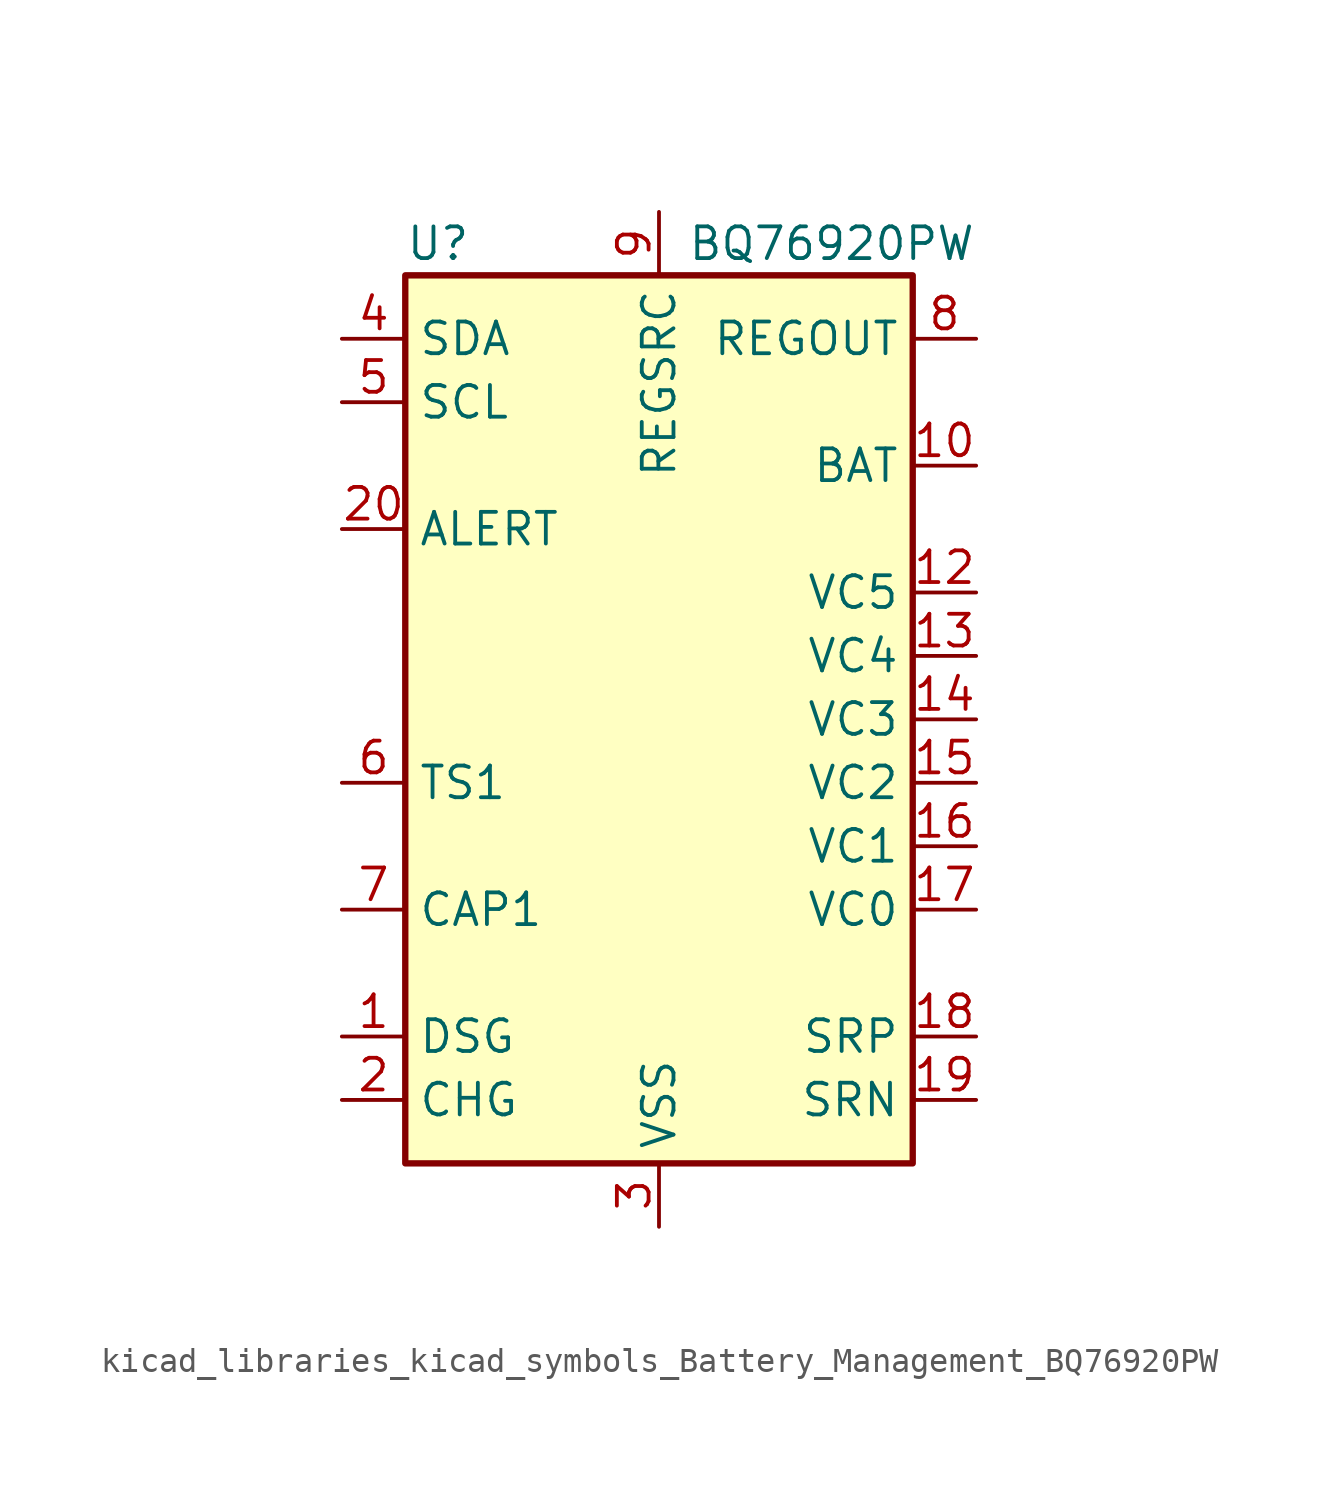
<source format=kicad_sym>
(kicad_symbol_lib
  (version 20220914)
  (generator kicad_symbol_editor)
  (symbol "kicad_libraries_kicad_symbols_Battery_Management_BQ76920PW"
    (property "Reference" "U"
      (at -10.16 19.05 0)
      (effects (font (size 1.27 1.27)) (justify left)))
    (property "Value" "BQ76920PW"
      (at 12.7 19.05 0)
      (effects (font (size 1.27 1.27)) (justify right)))
    (symbol "kicad_libraries_kicad_symbols_Battery_Management_BQ76920PW_0_1"
      (rectangle (start -10.16 17.78) (end 10.16 -17.78) (stroke (width 0.254) (type default)) (fill (type background))))
    (symbol "kicad_libraries_kicad_symbols_Battery_Management_BQ76920PW_1_0"
      (pin input line (at 12.7 10.16 180) (length 2.54) (name "BAT" (effects (font (size 1.27 1.27)))) (number "10" (effects (font (size 1.27 1.27)))))
      (pin no_connect line (at -2.54 -17.78 90) (length 2.54) hide (name "NC" (effects (font (size 1.27 1.27)))) (number "11" (effects (font (size 1.27 1.27)))))
      (pin input line (at 12.7 5.08 180) (length 2.54) (name "VC5" (effects (font (size 1.27 1.27)))) (number "12" (effects (font (size 1.27 1.27)))))
      (pin input line (at 12.7 2.54 180) (length 2.54) (name "VC4" (effects (font (size 1.27 1.27)))) (number "13" (effects (font (size 1.27 1.27)))))
      (pin input line (at 12.7 0 180) (length 2.54) (name "VC3" (effects (font (size 1.27 1.27)))) (number "14" (effects (font (size 1.27 1.27)))))
      (pin input line (at 12.7 -2.54 180) (length 2.54) (name "VC2" (effects (font (size 1.27 1.27)))) (number "15" (effects (font (size 1.27 1.27)))))
      (pin input line (at 12.7 -5.08 180) (length 2.54) (name "VC1" (effects (font (size 1.27 1.27)))) (number "16" (effects (font (size 1.27 1.27)))))
      (pin input line (at 12.7 -7.62 180) (length 2.54) (name "VC0" (effects (font (size 1.27 1.27)))) (number "17" (effects (font (size 1.27 1.27)))))
      (pin input line (at 12.7 -12.7 180) (length 2.54) (name "SRP" (effects (font (size 1.27 1.27)))) (number "18" (effects (font (size 1.27 1.27)))))
      (pin input line (at 12.7 -15.24 180) (length 2.54) (name "SRN" (effects (font (size 1.27 1.27)))) (number "19" (effects (font (size 1.27 1.27)))))
      (pin bidirectional line (at -12.7 7.62 0) (length 2.54) (name "ALERT" (effects (font (size 1.27 1.27)))) (number "20" (effects (font (size 1.27 1.27)))))
      (pin passive line (at -12.7 -2.54 0) (length 2.54) (name "TS1" (effects (font (size 1.27 1.27)))) (number "6" (effects (font (size 1.27 1.27)))))
      (pin passive line (at -12.7 -7.62 0) (length 2.54) (name "CAP1" (effects (font (size 1.27 1.27)))) (number "7" (effects (font (size 1.27 1.27)))))
      (pin power_out line (at 12.7 15.24 180) (length 2.54) (name "REGOUT" (effects (font (size 1.27 1.27)))) (number "8" (effects (font (size 1.27 1.27)))))
      (pin power_in line (at 0 20.32 270) (length 2.54) (name "REGSRC" (effects (font (size 1.27 1.27)))) (number "9" (effects (font (size 1.27 1.27))))))
    (symbol "kicad_libraries_kicad_symbols_Battery_Management_BQ76920PW_1_1"
      (pin output line (at -12.7 -12.7 0) (length 2.54) (name "DSG" (effects (font (size 1.27 1.27)))) (number "1" (effects (font (size 1.27 1.27)))))
      (pin output line (at -12.7 -15.24 0) (length 2.54) (name "CHG" (effects (font (size 1.27 1.27)))) (number "2" (effects (font (size 1.27 1.27)))))
      (pin power_in line (at 0 -20.32 90) (length 2.54) (name "VSS" (effects (font (size 1.27 1.27)))) (number "3" (effects (font (size 1.27 1.27)))))
      (pin bidirectional line (at -12.7 15.24 0) (length 2.54) (name "SDA" (effects (font (size 1.27 1.27)))) (number "4" (effects (font (size 1.27 1.27)))))
      (pin input line (at -12.7 12.7 0) (length 2.54) (name "SCL" (effects (font (size 1.27 1.27)))) (number "5" (effects (font (size 1.27 1.27))))))))
</source>
